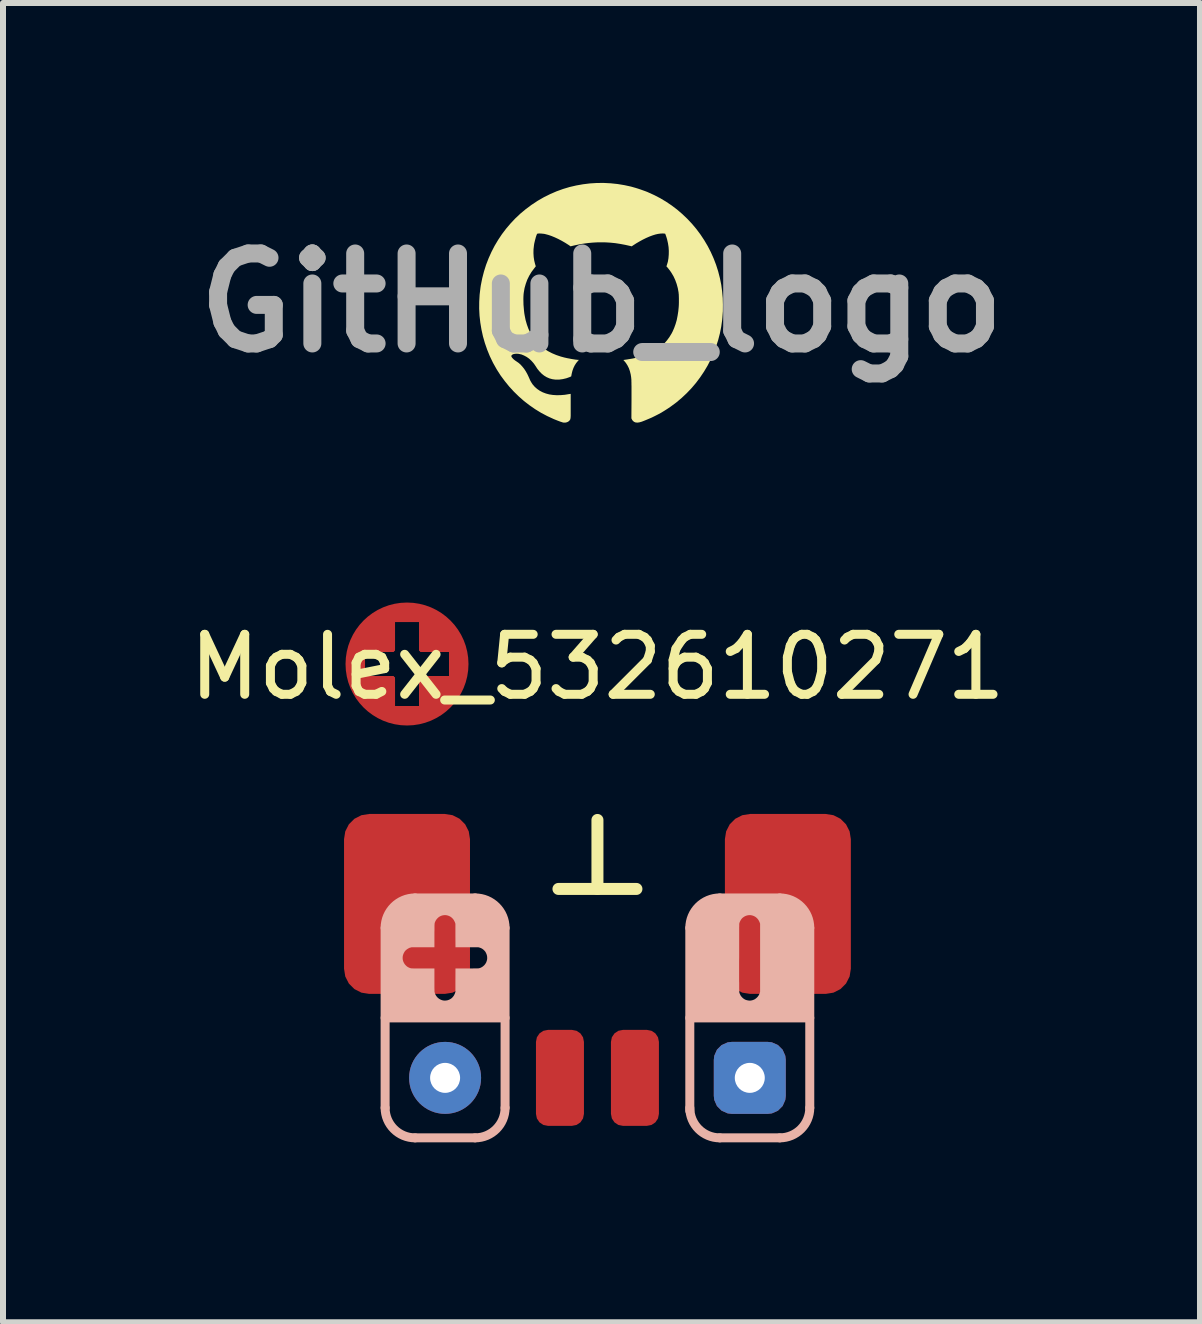
<source format=kicad_pcb>
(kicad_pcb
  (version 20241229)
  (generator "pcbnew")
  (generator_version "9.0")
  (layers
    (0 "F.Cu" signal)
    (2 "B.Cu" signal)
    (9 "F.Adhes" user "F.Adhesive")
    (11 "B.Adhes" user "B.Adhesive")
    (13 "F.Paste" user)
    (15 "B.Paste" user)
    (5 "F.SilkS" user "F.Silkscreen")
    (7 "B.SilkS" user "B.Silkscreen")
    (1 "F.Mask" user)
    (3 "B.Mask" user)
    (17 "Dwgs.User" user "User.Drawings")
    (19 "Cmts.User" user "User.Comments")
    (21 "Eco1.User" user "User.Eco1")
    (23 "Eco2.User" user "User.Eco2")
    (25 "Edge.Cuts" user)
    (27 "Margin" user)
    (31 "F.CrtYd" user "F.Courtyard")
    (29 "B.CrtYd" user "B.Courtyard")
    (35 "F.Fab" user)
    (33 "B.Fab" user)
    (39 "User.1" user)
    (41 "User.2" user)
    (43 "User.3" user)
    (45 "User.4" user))
  (footprint "Molex_532610271"
    (layer "F.Cu")
    (at 6.911 12.021)
    (property "Reference" "Molex_532610271" (at 0 -3.95 180) (layer "F.SilkS") (effects (font (size 1 1) (thickness 0.15))))
    (attr smd)
    (fp_line (start -3.925 -3.75) (end -3.925 -4.25) (stroke (width 0.1) (type default)) (layer "F.Cu"))
    (fp_line (start -3.425 -4.25) (end -3.925 -4.25) (stroke (width 0.1) (type default)) (layer "F.Cu"))
    (fp_line (start -3.425 -4.25) (end -3.425 -4.75) (stroke (width 0.1) (type default)) (layer "F.Cu"))
    (fp_line (start -3.425 -3.75) (end -3.925 -3.75) (stroke (width 0.1) (type default)) (layer "F.Cu"))
    (fp_line (start -3.425 -3.75) (end -3.425 -3.25) (stroke (width 0.1) (type default)) (layer "F.Cu"))
    (fp_line (start -2.925 -4.75) (end -3.425 -4.75) (stroke (width 0.1) (type default)) (layer "F.Cu"))
    (fp_line (start -2.925 -4.25) (end -2.925 -4.75) (stroke (width 0.1) (type default)) (layer "F.Cu"))
    (fp_line (start -2.925 -4.25) (end -2.425 -4.25) (stroke (width 0.1) (type default)) (layer "F.Cu"))
    (fp_line (start -2.925 -3.75) (end -2.925 -3.25) (stroke (width 0.1) (type default)) (layer "F.Cu"))
    (fp_line (start -2.925 -3.75) (end -2.425 -3.75) (stroke (width 0.1) (type default)) (layer "F.Cu"))
    (fp_line (start -2.925 -3.25) (end -3.425 -3.25) (stroke (width 0.1) (type default)) (layer "F.Cu"))
    (fp_line (start -2.425 -3.75) (end -2.425 -4.25) (stroke (width 0.1) (type default)) (layer "F.Cu"))
    (fp_circle (center -3.175 -4) (end -4.075 -4) (stroke (width 0.25) (type default)) (fill no) (layer "F.Cu"))
    (fp_poly (pts (xy -3.425 -4.25) (xy -3.425 -4.9) (xy -4.075 -4.25)) (stroke (width 0.1) (type solid)) (fill yes) (layer "F.Cu"))
    (fp_poly (pts (xy -3.425 -3.75) (xy -3.425 -3.1) (xy -4.075 -3.75)) (stroke (width 0.1) (type solid)) (fill yes) (layer "F.Cu"))
    (fp_poly (pts (xy -2.925 -4.25) (xy -2.275 -4.25) (xy -2.925 -4.9)) (stroke (width 0.1) (type solid)) (fill yes) (layer "F.Cu"))
    (fp_poly (pts (xy -2.925 -3.75) (xy -2.275 -3.75) (xy -2.925 -3.1)) (stroke (width 0.1) (type solid)) (fill yes) (layer "F.Cu"))
    (fp_line (start -0.65 -0.25) (end 0.65 -0.25) (stroke (width 0.2) (type default)) (layer "F.SilkS"))
    (fp_line (start 0 -0.25) (end 0 -1.4) (stroke (width 0.2) (type default)) (layer "F.SilkS"))
    (fp_line (start -3.54 3.4) (end -3.54 0.4) (stroke (width 0.15) (type default)) (layer "B.SilkS"))
    (fp_line (start -2.04 -0.1) (end -3.04 -0.1) (stroke (width 0.15) (type default)) (layer "B.SilkS"))
    (fp_line (start -2.04 3.9) (end -3.04 3.9) (stroke (width 0.15) (type default)) (layer "B.SilkS"))
    (fp_line (start -1.54 0.4) (end -1.54 3.4) (stroke (width 0.15) (type default)) (layer "B.SilkS"))
    (fp_line (start -1.54 1.9) (end -3.54 1.9) (stroke (width 0.15) (type default)) (layer "B.SilkS"))
    (fp_line (start 1.54 3.45) (end 1.54 0.4) (stroke (width 0.15) (type default)) (layer "B.SilkS"))
    (fp_line (start 3.04 -0.1) (end 2.04 -0.1) (stroke (width 0.15) (type default)) (layer "B.SilkS"))
    (fp_line (start 3.04 3.9) (end 2.04 3.9) (stroke (width 0.15) (type default)) (layer "B.SilkS"))
    (fp_line (start 3.54 0.4) (end 3.54 3.4) (stroke (width 0.15) (type default)) (layer "B.SilkS"))
    (fp_line (start 3.54 1.9) (end 1.54 1.9) (stroke (width 0.15) (type default)) (layer "B.SilkS"))
    (fp_arc (start -3.54 0.4) (mid -3.393553 0.046447) (end -3.04 -0.1) (stroke (width 0.15) (type default)) (layer "B.SilkS"))
    (fp_arc (start -3.04 3.9) (mid -3.393553 3.753553) (end -3.54 3.4) (stroke (width 0.15) (type default)) (layer "B.SilkS"))
    (fp_arc (start -2.04 -0.1) (mid -1.686447 0.046447) (end -1.54 0.4) (stroke (width 0.15) (type default)) (layer "B.SilkS"))
    (fp_arc (start -1.54 3.4) (mid -1.686447 3.753553) (end -2.04 3.9) (stroke (width 0.15) (type default)) (layer "B.SilkS"))
    (fp_arc (start 1.54 0.4) (mid 1.686447 0.046447) (end 2.04 -0.1) (stroke (width 0.15) (type default)) (layer "B.SilkS"))
    (fp_arc (start 2.04 3.9) (mid 1.686447 3.753553) (end 1.54 3.4) (stroke (width 0.15) (type default)) (layer "B.SilkS"))
    (fp_arc (start 3.04 -0.1) (mid 3.393553 0.046447) (end 3.54 0.4) (stroke (width 0.15) (type default)) (layer "B.SilkS"))
    (fp_arc (start 3.54 3.4) (mid 3.393553 3.753553) (end 3.04 3.9) (stroke (width 0.15) (type default)) (layer "B.SilkS"))
    (fp_poly (pts (xy 3.394 0.046) (xy 3.04 -0.1) (xy 2.54 -0.1) (xy 2.04 -0.1) (xy 1.686 0.046) (xy 1.54 0.4) (xy 1.55 1.2) (xy 1.54 1.9) (xy 2.54 1.9) (xy 2.532 1.612) (xy 2.51 1.609) (xy 2.487 1.604) (xy 2.464 1.596) (xy 2.443 1.584) (xy 2.426 1.571) (xy 2.412 1.558) (xy 2.398 1.542) (xy 2.386 1.525) (xy 2.377 1.506) (xy 2.371 1.492) (xy 2.37 1.49) (xy 2.369 1.488) (xy 2.369 1.486) (xy 2.368 1.484) (xy 2.367 1.481) (xy 2.367 1.479) (xy 2.366 1.476) (xy 2.366 1.472) (xy 2.365 1.468) (xy 2.365 1.463) (xy 2.364 1.457) (xy 2.364 1.45) (xy 2.364 1.442) (xy 2.364 1.432) (xy 2.363 1.421) (xy 2.363 1.408) (xy 2.363 1.394) (xy 2.363 1.378) (xy 2.363 1.36) (xy 2.363 1.339) (xy 2.363 1.317) (xy 2.362 1.292) (xy 2.362 1.265) (xy 2.362 1.235) (xy 2.362 1.203) (xy 2.362 1.167) (xy 2.362 1.129) (xy 2.362 1.088) (xy 2.362 1.043) (xy 2.362 0.995) (xy 2.362 0.944) (xy 2.363 0.894) (xy 2.363 0.84) (xy 2.363 0.789) (xy 2.363 0.742) (xy 2.363 0.698) (xy 2.363 0.658) (xy 2.363 0.62) (xy 2.363 0.585) (xy 2.363 0.554) (xy 2.363 0.525) (xy 2.363 0.498) (xy 2.363 0.474) (xy 2.363 0.452) (xy 2.363 0.433) (xy 2.363 0.415) (xy 2.363 0.4) (xy 2.363 0.386) (xy 2.364 0.374) (xy 2.364 0.364) (xy 2.364 0.355) (xy 2.364 0.348) (xy 2.364 0.342) (xy 2.364 0.336) (xy 2.365 0.332) (xy 2.365 0.329) (xy 2.365 0.326) (xy 2.365 0.324) (xy 2.366 0.322) (xy 2.366 0.321) (xy 2.366 0.32) (xy 2.376 0.294) (xy 2.388 0.271) (xy 2.402 0.25) (xy 2.419 0.232) (xy 2.431 0.223) (xy 2.452 0.209) (xy 2.475 0.198) (xy 2.499 0.191) (xy 2.523 0.187) (xy 2.548 0.187) (xy 2.555 0.187) (xy 2.58 0.192) (xy 2.604 0.2) (xy 2.626 0.211) (xy 2.646 0.225) (xy 2.664 0.242) (xy 2.68 0.261) (xy 2.693 0.283) (xy 2.704 0.307) (xy 2.707 0.315) (xy 2.712 0.331) (xy 2.712 0.898) (xy 2.712 1.465) (xy 2.707 1.48) (xy 2.699 1.504) (xy 2.687 1.526) (xy 2.673 1.546) (xy 2.657 1.563) (xy 2.639 1.578) (xy 2.62 1.591) (xy 2.599 1.6) (xy 2.578 1.607) (xy 2.555 1.611) (xy 2.532 1.612) (xy 2.54 1.9) (xy 3.54 1.9) (xy 3.55 1.2) (xy 3.54 0.4)) (stroke (width 0) (type solid)) (fill yes) (layer "B.SilkS"))
    (fp_poly (pts (xy -1.686 0.046) (xy -2.04 -0.1) (xy -2.54 -0.1) (xy -3.04 -0.1) (xy -3.394 0.046) (xy -3.54 0.4) (xy -3.55 1.2) (xy -3.54 1.9) (xy -2.54 1.9) (xy -2.544 1.612) (xy -2.568 1.61) (xy -2.591 1.605) (xy -2.614 1.596) (xy -2.636 1.584) (xy -2.654 1.571) (xy -2.67 1.556) (xy -2.684 1.539) (xy -2.697 1.519) (xy -2.707 1.498) (xy -2.714 1.476) (xy -2.716 1.465) (xy -2.717 1.461) (xy -2.717 1.453) (xy -2.717 1.442) (xy -2.717 1.427) (xy -2.718 1.409) (xy -2.718 1.387) (xy -2.718 1.361) (xy -2.718 1.332) (xy -2.718 1.3) (xy -2.718 1.265) (xy -2.718 1.076) (xy -2.906 1.076) (xy -2.937 1.076) (xy -2.965 1.076) (xy -2.99 1.076) (xy -3.012 1.076) (xy -3.031 1.076) (xy -3.048 1.076) (xy -3.062 1.076) (xy -3.074 1.075) (xy -3.085 1.075) (xy -3.094 1.075) (xy -3.101 1.074) (xy -3.107 1.073) (xy -3.113 1.072) (xy -3.117 1.071) (xy -3.122 1.07) (xy -3.126 1.069) (xy -3.13 1.067) (xy -3.134 1.065) (xy -3.137 1.064) (xy -3.159 1.054) (xy -3.179 1.04) (xy -3.197 1.023) (xy -3.213 1.005) (xy -3.226 0.984) (xy -3.236 0.963) (xy -3.242 0.945) (xy -3.247 0.921) (xy -3.248 0.896) (xy -3.246 0.871) (xy -3.242 0.854) (xy -3.234 0.831) (xy -3.223 0.809) (xy -3.21 0.788) (xy -3.193 0.77) (xy -3.174 0.755) (xy -3.153 0.742) (xy -3.131 0.731) (xy -3.115 0.727) (xy -3.096 0.722) (xy -2.907 0.722) (xy -2.718 0.722) (xy -2.718 0.527) (xy -2.718 0.495) (xy -2.718 0.467) (xy -2.717 0.442) (xy -2.717 0.42) (xy -2.717 0.401) (xy -2.717 0.385) (xy -2.717 0.371) (xy -2.717 0.359) (xy -2.716 0.349) (xy -2.716 0.34) (xy -2.715 0.333) (xy -2.715 0.327) (xy -2.714 0.322) (xy -2.713 0.318) (xy -2.712 0.314) (xy -2.711 0.31) (xy -2.71 0.307) (xy -2.708 0.303) (xy -2.706 0.299) (xy -2.706 0.297) (xy -2.695 0.275) (xy -2.681 0.255) (xy -2.665 0.237) (xy -2.647 0.221) (xy -2.627 0.208) (xy -2.605 0.198) (xy -2.582 0.191) (xy -2.558 0.187) (xy -2.534 0.187) (xy -2.525 0.187) (xy -2.5 0.192) (xy -2.476 0.2) (xy -2.454 0.211) (xy -2.434 0.225) (xy -2.416 0.242) (xy -2.4 0.261) (xy -2.387 0.283) (xy -2.376 0.307) (xy -2.373 0.315) (xy -2.368 0.331) (xy -2.368 0.527) (xy -2.367 0.722) (xy -2.178 0.722) (xy -1.989 0.722) (xy -1.972 0.726) (xy -1.948 0.734) (xy -1.925 0.745) (xy -1.905 0.759) (xy -1.887 0.776) (xy -1.871 0.794) (xy -1.859 0.815) (xy -1.849 0.838) (xy -1.842 0.862) (xy -1.839 0.882) (xy -1.838 0.908) (xy -1.841 0.933) (xy -1.848 0.957) (xy -1.857 0.98) (xy -1.871 1.002) (xy -1.887 1.022) (xy -1.893 1.027) (xy -1.91 1.042) (xy -1.928 1.054) (xy -1.947 1.064) (xy -1.969 1.071) (xy -1.972 1.072) (xy -1.974 1.073) (xy -1.976 1.073) (xy -1.979 1.074) (xy -1.983 1.074) (xy -1.987 1.074) (xy -1.993 1.074) (xy -2 1.075) (xy -2.009 1.075) (xy -2.02 1.075) (xy -2.032 1.075) (xy -2.047 1.075) (xy -2.065 1.075) (xy -2.085 1.076) (xy -2.108 1.076) (xy -2.134 1.076) (xy -2.164 1.076) (xy -2.175 1.076) (xy -2.367 1.076) (xy -2.368 1.272) (xy -2.368 1.467) (xy -2.373 1.481) (xy -2.378 1.496) (xy -2.385 1.511) (xy -2.392 1.525) (xy -2.4 1.537) (xy -2.4 1.537) (xy -2.416 1.557) (xy -2.434 1.574) (xy -2.454 1.587) (xy -2.475 1.598) (xy -2.498 1.606) (xy -2.521 1.61) (xy -2.544 1.612) (xy -2.54 1.9) (xy -1.54 1.9) (xy -1.55 1.2) (xy -1.54 0.4)) (stroke (width 0) (type solid)) (fill yes) (layer "B.SilkS"))
    (pad "" smd roundrect (at -3.175 0) (size 2.1 3) (layers "F.Cu" "F.Mask" "F.Paste") (roundrect_rratio 0.2))
    (pad "" smd roundrect (at 3.175 0) (size 2.1 3) (layers "F.Cu" "F.Mask" "F.Paste") (roundrect_rratio 0.2))
    (pad "1" smd roundrect (at 0.625 2.9) (size 0.8 1.6) (layers "F.Cu" "F.Mask" "F.Paste") (roundrect_rratio 0.25))
    (pad "1" thru_hole roundrect (at 2.54 2.9) (size 1.2 1.2) (drill 0.5) (layers "*.Cu" "B.Mask") (roundrect_rratio 0.25))
    (pad "2" thru_hole circle (at -2.54 2.9) (size 1.2 1.2) (drill 0.5) (layers "*.Cu" "B.Mask"))
    (pad "2" smd roundrect (at -0.625 2.9) (size 0.8 1.6) (layers "F.Cu" "F.Mask" "F.Paste") (roundrect_rratio 0.25)))
  (footprint "GitHub_logo"
    (layer "F.Cu")
    (at 6.979 1.998)
    (property "Reference" "GitHub_logo" (at 0 0 0) (layer "F.Fab") (effects (font (size 1.5 1.5) (thickness 0.3))))
    (attr board_only exclude_from_pos_files exclude_from_bom)
    (fp_poly (pts (xy 0.152 -1.992) (xy 0.267 -1.98) (xy 0.382 -1.961) (xy 0.492 -1.937) (xy 0.527 -1.927) (xy 0.566 -1.916) (xy 0.608 -1.903) (xy 0.65 -1.889) (xy 0.692 -1.874) (xy 0.731 -1.86) (xy 0.765 -1.847) (xy 0.767 -1.846) (xy 0.873 -1.798) (xy 0.976 -1.745) (xy 1.075 -1.686) (xy 1.17 -1.622) (xy 1.261 -1.553) (xy 1.347 -1.479) (xy 1.43 -1.4) (xy 1.508 -1.317) (xy 1.581 -1.23) (xy 1.649 -1.139) (xy 1.712 -1.044) (xy 1.77 -0.946) (xy 1.822 -0.845) (xy 1.869 -0.74) (xy 1.91 -0.633) (xy 1.945 -0.523) (xy 1.974 -0.41) (xy 1.997 -0.296) (xy 1.997 -0.295) (xy 2.011 -0.189) (xy 2.021 -0.079) (xy 2.024 0.031) (xy 2.023 0.141) (xy 2.015 0.25) (xy 2.012 0.282) (xy 1.996 0.398) (xy 1.973 0.513) (xy 1.944 0.625) (xy 1.908 0.735) (xy 1.867 0.843) (xy 1.82 0.948) (xy 1.767 1.05) (xy 1.708 1.149) (xy 1.644 1.244) (xy 1.575 1.336) (xy 1.501 1.423) (xy 1.421 1.507) (xy 1.337 1.586) (xy 1.248 1.661) (xy 1.155 1.73) (xy 1.111 1.76) (xy 1.088 1.775) (xy 1.063 1.791) (xy 1.039 1.806) (xy 1.016 1.82) (xy 0.997 1.832) (xy 0.993 1.834) (xy 0.945 1.86) (xy 0.892 1.887) (xy 0.837 1.914) (xy 0.781 1.938) (xy 0.726 1.961) (xy 0.675 1.981) (xy 0.663 1.985) (xy 0.63 1.994) (xy 0.6 1.998) (xy 0.573 1.996) (xy 0.563 1.994) (xy 0.543 1.985) (xy 0.525 1.971) (xy 0.511 1.953) (xy 0.508 1.947) (xy 0.498 1.927) (xy 0.5 1.619) (xy 0.5 1.562) (xy 0.5 1.511) (xy 0.5 1.465) (xy 0.5 1.425) (xy 0.5 1.39) (xy 0.499 1.36) (xy 0.499 1.333) (xy 0.498 1.31) (xy 0.498 1.289) (xy 0.497 1.272) (xy 0.495 1.256) (xy 0.494 1.241) (xy 0.492 1.228) (xy 0.49 1.216) (xy 0.488 1.203) (xy 0.486 1.192) (xy 0.473 1.14) (xy 0.456 1.091) (xy 0.433 1.045) (xy 0.407 1.004) (xy 0.379 0.97) (xy 0.364 0.954) (xy 0.421 0.946) (xy 0.512 0.931) (xy 0.598 0.913) (xy 0.678 0.891) (xy 0.753 0.865) (xy 0.822 0.835) (xy 0.886 0.801) (xy 0.945 0.763) (xy 1 0.721) (xy 1.049 0.675) (xy 1.093 0.625) (xy 1.133 0.57) (xy 1.169 0.511) (xy 1.186 0.478) (xy 1.212 0.418) (xy 1.235 0.354) (xy 1.254 0.288) (xy 1.268 0.217) (xy 1.28 0.141) (xy 1.284 0.1) (xy 1.287 0.069) (xy 1.289 0.035) (xy 1.29 -0.001) (xy 1.29 -0.038) (xy 1.29 -0.074) (xy 1.289 -0.108) (xy 1.288 -0.139) (xy 1.285 -0.164) (xy 1.285 -0.17) (xy 1.272 -0.243) (xy 1.253 -0.313) (xy 1.229 -0.379) (xy 1.2 -0.442) (xy 1.164 -0.502) (xy 1.159 -0.51) (xy 1.149 -0.524) (xy 1.138 -0.54) (xy 1.125 -0.556) (xy 1.113 -0.572) (xy 1.102 -0.585) (xy 1.094 -0.595) (xy 1.089 -0.6) (xy 1.082 -0.606) (xy 1.09 -0.63) (xy 1.106 -0.684) (xy 1.116 -0.742) (xy 1.121 -0.803) (xy 1.122 -0.865) (xy 1.118 -0.928) (xy 1.108 -0.992) (xy 1.094 -1.054) (xy 1.094 -1.056) (xy 1.088 -1.075) (xy 1.082 -1.095) (xy 1.076 -1.113) (xy 1.072 -1.124) (xy 1.062 -1.151) (xy 1.046 -1.154) (xy 1.03 -1.155) (xy 1.01 -1.155) (xy 0.987 -1.154) (xy 0.963 -1.151) (xy 0.941 -1.148) (xy 0.897 -1.138) (xy 0.85 -1.123) (xy 0.799 -1.104) (xy 0.746 -1.081) (xy 0.691 -1.054) (xy 0.636 -1.024) (xy 0.581 -0.992) (xy 0.533 -0.961) (xy 0.503 -0.941) (xy 0.487 -0.945) (xy 0.398 -0.965) (xy 0.313 -0.981) (xy 0.23 -0.994) (xy 0.15 -1.002) (xy 0.07 -1.007) (xy -0.011 -1.008) (xy -0.08 -1.007) (xy -0.148 -1.003) (xy -0.214 -0.997) (xy -0.279 -0.989) (xy -0.344 -0.979) (xy -0.412 -0.965) (xy -0.463 -0.954) (xy -0.516 -0.941) (xy -0.546 -0.962) (xy -0.604 -0.999) (xy -0.663 -1.033) (xy -0.722 -1.064) (xy -0.78 -1.091) (xy -0.836 -1.114) (xy -0.889 -1.132) (xy -0.939 -1.145) (xy -0.946 -1.147) (xy -0.965 -1.15) (xy -0.985 -1.152) (xy -1.006 -1.154) (xy -1.026 -1.155) (xy -1.044 -1.155) (xy -1.059 -1.154) (xy -1.069 -1.152) (xy -1.073 -1.15) (xy -1.077 -1.143) (xy -1.083 -1.13) (xy -1.089 -1.112) (xy -1.096 -1.091) (xy -1.102 -1.067) (xy -1.109 -1.042) (xy -1.115 -1.016) (xy -1.121 -0.991) (xy -1.125 -0.967) (xy -1.127 -0.952) (xy -1.134 -0.889) (xy -1.135 -0.826) (xy -1.131 -0.763) (xy -1.122 -0.703) (xy -1.108 -0.646) (xy -1.106 -0.64) (xy -1.096 -0.608) (xy -1.123 -0.573) (xy -1.168 -0.513) (xy -1.206 -0.45) (xy -1.238 -0.385) (xy -1.263 -0.316) (xy -1.283 -0.246) (xy -1.296 -0.172) (xy -1.3 -0.138) (xy -1.302 -0.102) (xy -1.303 -0.061) (xy -1.302 -0.016) (xy -1.301 0.032) (xy -1.297 0.079) (xy -1.293 0.126) (xy -1.288 0.171) (xy -1.282 0.207) (xy -1.266 0.288) (xy -1.244 0.364) (xy -1.218 0.436) (xy -1.186 0.503) (xy -1.15 0.565) (xy -1.109 0.622) (xy -1.062 0.675) (xy -1.011 0.723) (xy -0.954 0.767) (xy -0.893 0.806) (xy -0.826 0.841) (xy -0.755 0.871) (xy -0.678 0.897) (xy -0.619 0.913) (xy -0.596 0.918) (xy -0.57 0.924) (xy -0.542 0.929) (xy -0.513 0.935) (xy -0.484 0.94) (xy -0.457 0.944) (xy -0.432 0.948) (xy -0.411 0.95) (xy -0.394 0.952) (xy -0.386 0.952) (xy -0.377 0.952) (xy -0.395 0.972) (xy -0.422 1.005) (xy -0.447 1.044) (xy -0.468 1.087) (xy -0.485 1.134) (xy -0.496 1.178) (xy -0.499 1.193) (xy -0.502 1.206) (xy -0.503 1.216) (xy -0.503 1.219) (xy -0.504 1.224) (xy -0.508 1.228) (xy -0.515 1.232) (xy -0.528 1.237) (xy -0.528 1.238) (xy -0.587 1.259) (xy -0.647 1.273) (xy -0.706 1.281) (xy -0.718 1.281) (xy -0.77 1.281) (xy -0.82 1.274) (xy -0.868 1.261) (xy -0.914 1.241) (xy -0.957 1.215) (xy -0.997 1.183) (xy -1.034 1.145) (xy -1.069 1.102) (xy -1.079 1.087) (xy -1.097 1.059) (xy -1.112 1.037) (xy -1.125 1.018) (xy -1.138 1.002) (xy -1.15 0.988) (xy -1.162 0.975) (xy -1.168 0.968) (xy -1.207 0.932) (xy -1.248 0.903) (xy -1.291 0.88) (xy -1.334 0.862) (xy -1.379 0.852) (xy -1.387 0.851) (xy -1.415 0.849) (xy -1.443 0.851) (xy -1.469 0.856) (xy -1.473 0.858) (xy -1.486 0.864) (xy -1.496 0.873) (xy -1.503 0.883) (xy -1.504 0.888) (xy -1.501 0.9) (xy -1.492 0.914) (xy -1.479 0.929) (xy -1.463 0.945) (xy -1.443 0.961) (xy -1.421 0.976) (xy -1.415 0.98) (xy -1.383 1.002) (xy -1.352 1.029) (xy -1.321 1.063) (xy -1.291 1.1) (xy -1.264 1.141) (xy -1.239 1.185) (xy -1.217 1.231) (xy -1.216 1.234) (xy -1.201 1.267) (xy -1.189 1.295) (xy -1.176 1.318) (xy -1.164 1.338) (xy -1.152 1.356) (xy -1.147 1.363) (xy -1.112 1.403) (xy -1.072 1.438) (xy -1.028 1.468) (xy -0.98 1.493) (xy -0.927 1.513) (xy -0.871 1.528) (xy -0.811 1.537) (xy -0.748 1.541) (xy -0.681 1.54) (xy -0.61 1.534) (xy -0.551 1.524) (xy -0.536 1.522) (xy -0.525 1.52) (xy -0.517 1.519) (xy -0.515 1.519) (xy -0.514 1.522) (xy -0.514 1.532) (xy -0.514 1.547) (xy -0.514 1.567) (xy -0.514 1.592) (xy -0.514 1.62) (xy -0.514 1.652) (xy -0.514 1.686) (xy -0.514 1.72) (xy -0.514 1.764) (xy -0.514 1.802) (xy -0.514 1.834) (xy -0.514 1.861) (xy -0.514 1.883) (xy -0.515 1.901) (xy -0.516 1.916) (xy -0.518 1.927) (xy -0.519 1.937) (xy -0.522 1.944) (xy -0.524 1.95) (xy -0.528 1.955) (xy -0.532 1.961) (xy -0.536 1.966) (xy -0.538 1.967) (xy -0.555 1.982) (xy -0.577 1.992) (xy -0.602 1.998) (xy -0.629 1.998) (xy -0.638 1.997) (xy -0.647 1.995) (xy -0.662 1.99) (xy -0.681 1.984) (xy -0.703 1.976) (xy -0.727 1.967) (xy -0.752 1.957) (xy -0.777 1.947) (xy -0.802 1.937) (xy -0.803 1.936) (xy -0.907 1.888) (xy -1.009 1.834) (xy -1.107 1.774) (xy -1.202 1.708) (xy -1.293 1.638) (xy -1.379 1.562) (xy -1.462 1.481) (xy -1.54 1.396) (xy -1.613 1.306) (xy -1.682 1.213) (xy -1.745 1.115) (xy -1.802 1.014) (xy -1.812 0.995) (xy -1.863 0.889) (xy -1.907 0.781) (xy -1.945 0.671) (xy -1.977 0.559) (xy -2.002 0.445) (xy -2.021 0.331) (xy -2.034 0.215) (xy -2.04 0.098) (xy -2.039 -0.019) (xy -2.032 -0.137) (xy -2.018 -0.254) (xy -2.012 -0.293) (xy -1.989 -0.408) (xy -1.96 -0.521) (xy -1.925 -0.632) (xy -1.883 -0.741) (xy -1.836 -0.846) (xy -1.783 -0.949) (xy -1.724 -1.048) (xy -1.66 -1.144) (xy -1.591 -1.235) (xy -1.516 -1.323) (xy -1.437 -1.407) (xy -1.352 -1.487) (xy -1.263 -1.561) (xy -1.169 -1.631) (xy -1.071 -1.696) (xy -1.06 -1.703) (xy -0.959 -1.761) (xy -0.856 -1.812) (xy -0.75 -1.858) (xy -0.642 -1.897) (xy -0.532 -1.93) (xy -0.42 -1.956) (xy -0.307 -1.976) (xy -0.193 -1.99) (xy -0.079 -1.997) (xy 0.036 -1.998)) (stroke (width 0) (type solid)) (fill yes) (layer "F.SilkS")))
  (gr_rect
    (start -3 -3)
    (end 16.957 18.996)
    (stroke (width 0.1) (type default))
    (fill no)
    (layer "Edge.Cuts")))
</source>
